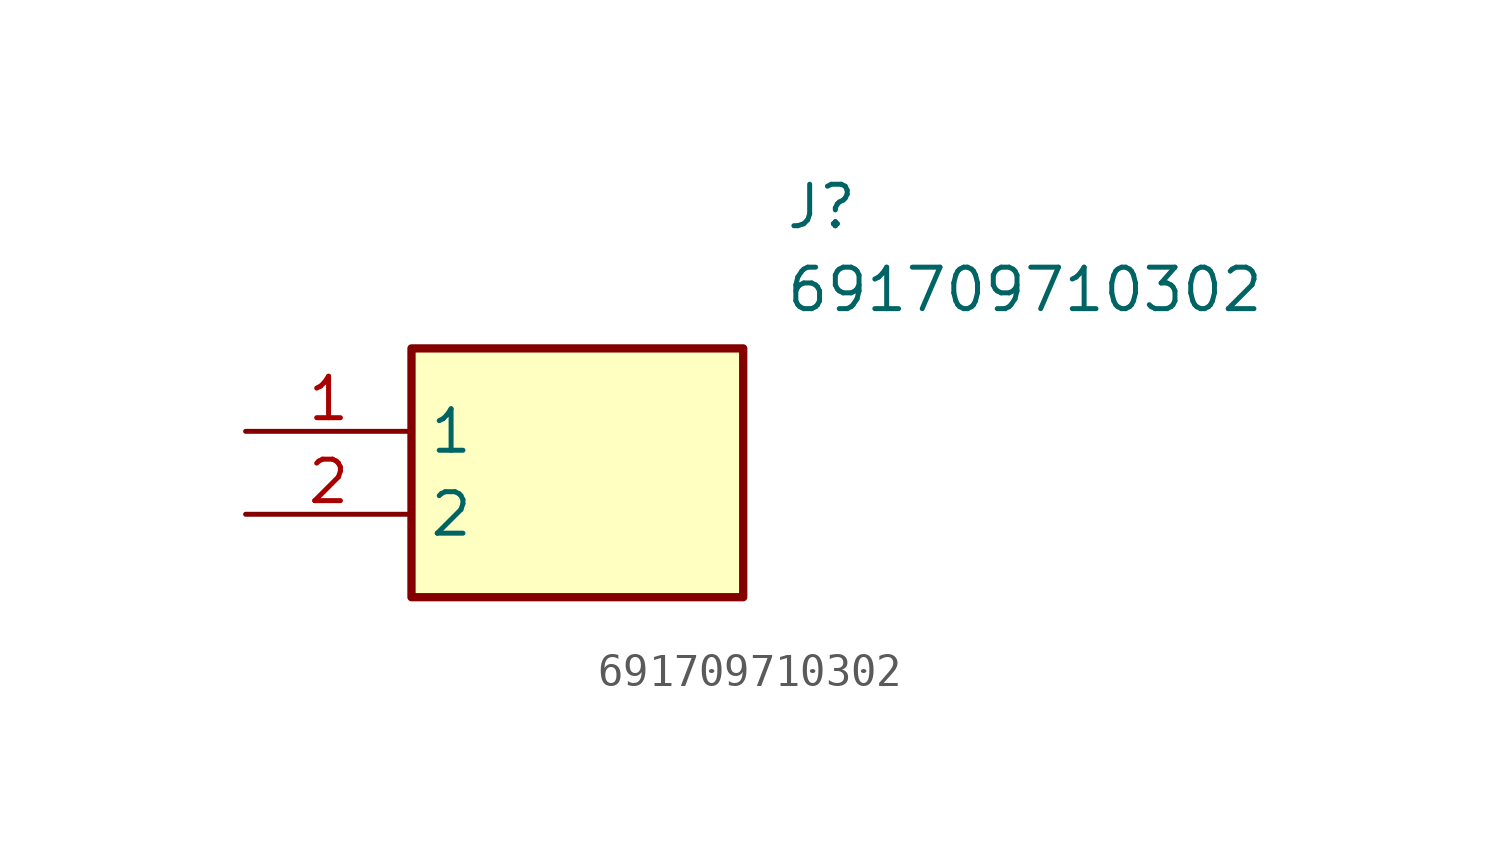
<source format=kicad_sym>
(kicad_symbol_lib
  (version 20211014)
  (generator SamacSys_ECAD_Model)
  (symbol "691709710302"
    (property "Reference" "J"
      (at 16.51 7.62 0)
      (effects (font (size 1.27 1.27)) (justify left top)))
    (property "Value" "691709710302"
      (at 16.51 5.08 0)
      (effects (font (size 1.27 1.27)) (justify left top)))
    (rectangle
      (start 5.08 2.54)
      (end 15.24 -5.08)
      (stroke (width 0.254) (type default))
      (fill (type background)))
    (pin passive line
      (at 0 0 0)
      (length 5.08)
      (name "1" (effects (font (size 1.27 1.27))))
      (number "1" (effects (font (size 1.27 1.27)))))
    (pin passive line
      (at 0 -2.54 0)
      (length 5.08)
      (name "2" (effects (font (size 1.27 1.27))))
      (number "2" (effects (font (size 1.27 1.27)))))))
</source>
